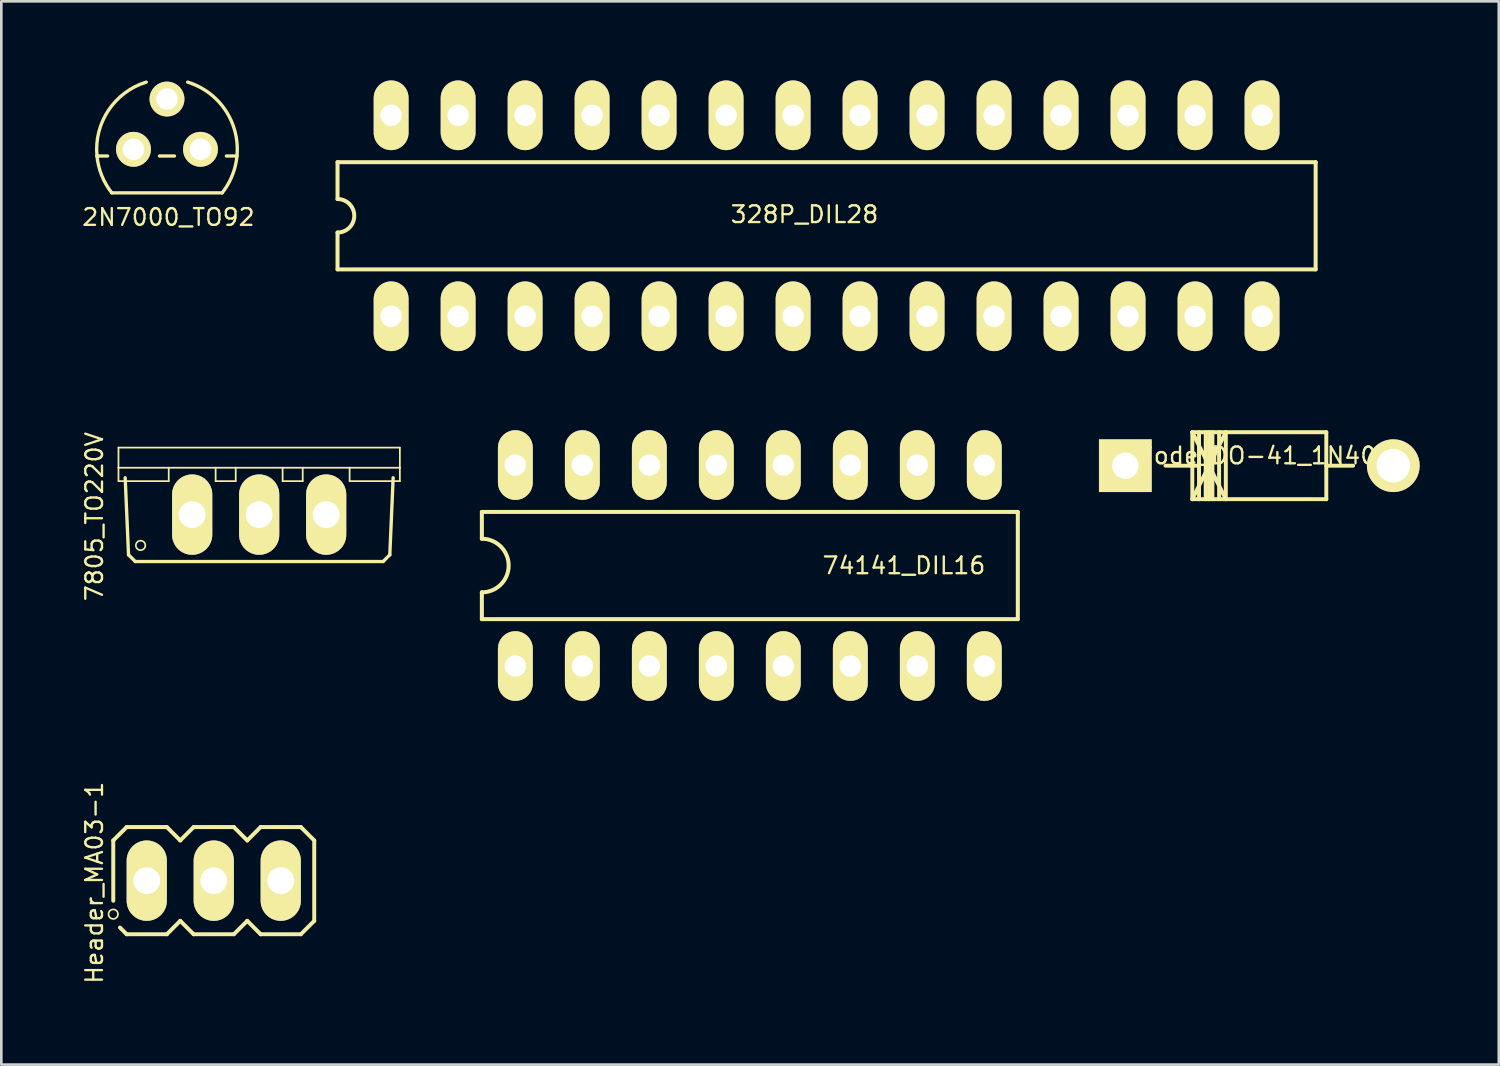
<source format=kicad_pcb>
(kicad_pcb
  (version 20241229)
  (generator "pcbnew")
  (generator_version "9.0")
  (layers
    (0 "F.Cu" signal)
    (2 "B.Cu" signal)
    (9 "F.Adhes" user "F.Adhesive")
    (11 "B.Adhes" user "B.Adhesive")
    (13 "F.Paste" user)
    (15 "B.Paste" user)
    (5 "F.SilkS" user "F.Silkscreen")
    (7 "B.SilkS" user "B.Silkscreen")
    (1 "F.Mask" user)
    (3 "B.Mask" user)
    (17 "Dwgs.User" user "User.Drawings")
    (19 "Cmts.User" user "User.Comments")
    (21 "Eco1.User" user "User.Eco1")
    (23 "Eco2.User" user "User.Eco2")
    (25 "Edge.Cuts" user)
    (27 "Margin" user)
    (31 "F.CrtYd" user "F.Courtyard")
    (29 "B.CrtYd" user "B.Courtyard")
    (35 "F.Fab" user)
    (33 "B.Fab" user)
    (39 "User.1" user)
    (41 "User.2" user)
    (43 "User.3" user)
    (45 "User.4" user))
  (footprint "7805_TO220V"
    (layer "F.Cu")
    (at 6.776 13.921)
    (property "Reference" "7805_TO220V" (at -6.248 2.616 90) (layer "F.SilkS") (effects (font (size 0.635 0.635) (thickness 0.089))))
    (attr exclude_from_pos_files exclude_from_bom)
    (fp_line (start -5.334 0) (end 5.334 0) (stroke (width 0.066) (type solid)) (layer "F.SilkS"))
    (fp_line (start -5.334 0.762) (end -5.334 0) (stroke (width 0.066) (type solid)) (layer "F.SilkS"))
    (fp_line (start -5.334 0.762) (end 5.334 0.762) (stroke (width 0.066) (type solid)) (layer "F.SilkS"))
    (fp_line (start -5.334 1.27) (end -5.334 0.762) (stroke (width 0.066) (type solid)) (layer "F.SilkS"))
    (fp_line (start -5.334 1.27) (end -3.429 1.27) (stroke (width 0.066) (type solid)) (layer "F.SilkS"))
    (fp_line (start -4.953 4.064) (end -5.08 1.143) (stroke (width 0.127) (type solid)) (layer "F.SilkS"))
    (fp_line (start -4.953 4.064) (end -4.699 4.318) (stroke (width 0.127) (type solid)) (layer "F.SilkS"))
    (fp_line (start -3.429 1.27) (end -3.429 0.762) (stroke (width 0.066) (type solid)) (layer "F.SilkS"))
    (fp_line (start -1.651 1.27) (end -1.651 0.762) (stroke (width 0.066) (type solid)) (layer "F.SilkS"))
    (fp_line (start -1.651 1.27) (end -0.889 1.27) (stroke (width 0.066) (type solid)) (layer "F.SilkS"))
    (fp_line (start -0.889 1.27) (end -0.889 0.762) (stroke (width 0.066) (type solid)) (layer "F.SilkS"))
    (fp_line (start 0.889 1.27) (end 0.889 0.762) (stroke (width 0.066) (type solid)) (layer "F.SilkS"))
    (fp_line (start 0.889 1.27) (end 1.651 1.27) (stroke (width 0.066) (type solid)) (layer "F.SilkS"))
    (fp_line (start 1.651 1.27) (end 1.651 0.762) (stroke (width 0.066) (type solid)) (layer "F.SilkS"))
    (fp_line (start 3.429 1.27) (end 3.429 0.762) (stroke (width 0.066) (type solid)) (layer "F.SilkS"))
    (fp_line (start 3.429 1.27) (end 5.334 1.27) (stroke (width 0.066) (type solid)) (layer "F.SilkS"))
    (fp_line (start 4.699 4.318) (end -4.699 4.318) (stroke (width 0.127) (type solid)) (layer "F.SilkS"))
    (fp_line (start 4.699 4.318) (end 4.953 4.064) (stroke (width 0.127) (type solid)) (layer "F.SilkS"))
    (fp_line (start 5.08 1.143) (end 4.953 4.064) (stroke (width 0.127) (type solid)) (layer "F.SilkS"))
    (fp_line (start 5.334 0.762) (end 5.334 0) (stroke (width 0.066) (type solid)) (layer "F.SilkS"))
    (fp_line (start 5.334 1.27) (end 5.334 0.762) (stroke (width 0.066) (type solid)) (layer "F.SilkS"))
    (fp_circle (center -4.496 3.708) (end -4.623 3.835) (stroke (width 0.064) (type solid)) (fill no) (layer "F.SilkS"))
    (pad "1" thru_hole oval (at -2.54 2.54 180) (size 1.524 3.048) (drill 1.016) (layers "*.Cu" "*.Mask" "F.SilkS" "F.Paste"))
    (pad "2" thru_hole oval (at 0 2.54 180) (size 1.524 3.048) (drill 1.016) (layers "*.Cu" "*.Mask" "F.SilkS" "F.Paste"))
    (pad "3" thru_hole oval (at 2.54 2.54 180) (size 1.524 3.048) (drill 1.016) (layers "*.Cu" "*.Mask" "F.SilkS" "F.Paste")))
  (footprint "328P_DIL28"
    (layer "F.Cu")
    (at 28.289 5.131)
    (property "Reference" "328P_DIL28" (at -0.838 -0.051 0) (layer "F.SilkS") (effects (font (size 0.635 0.635) (thickness 0.089))))
    (attr exclude_from_pos_files exclude_from_bom)
    (fp_line (start -18.542 -2.032) (end -18.542 -0.635) (stroke (width 0.152) (type solid)) (layer "F.SilkS"))
    (fp_line (start -18.542 -2.032) (end 18.542 -2.032) (stroke (width 0.152) (type solid)) (layer "F.SilkS"))
    (fp_line (start -18.542 0.635) (end -18.542 2.032) (stroke (width 0.152) (type solid)) (layer "F.SilkS"))
    (fp_line (start -18.542 2.032) (end 18.542 2.032) (stroke (width 0.152) (type solid)) (layer "F.SilkS"))
    (fp_line (start 18.542 -2.032) (end 18.542 2.032) (stroke (width 0.152) (type solid)) (layer "F.SilkS"))
    (fp_arc (start -18.542 -0.635) (mid -17.907 0) (end -18.542 0.635) (stroke (width 0.1524) (type solid)) (layer "F.SilkS"))
    (pad "1" thru_hole oval (at -16.51 3.81 180) (size 1.321 2.642) (drill 0.813) (layers "*.Cu" "*.Mask" "F.SilkS" "F.Paste"))
    (pad "2" thru_hole oval (at -13.97 3.81 180) (size 1.321 2.642) (drill 0.813) (layers "*.Cu" "*.Mask" "F.SilkS" "F.Paste"))
    (pad "3" thru_hole oval (at -11.43 3.81 180) (size 1.321 2.642) (drill 0.813) (layers "*.Cu" "*.Mask" "F.SilkS" "F.Paste"))
    (pad "4" thru_hole oval (at -8.89 3.81 180) (size 1.321 2.642) (drill 0.813) (layers "*.Cu" "*.Mask" "F.SilkS" "F.Paste"))
    (pad "5" thru_hole oval (at -6.35 3.81 180) (size 1.321 2.642) (drill 0.813) (layers "*.Cu" "*.Mask" "F.SilkS" "F.Paste"))
    (pad "6" thru_hole oval (at -3.81 3.81 180) (size 1.321 2.642) (drill 0.813) (layers "*.Cu" "*.Mask" "F.SilkS" "F.Paste"))
    (pad "7" thru_hole oval (at -1.27 3.81 180) (size 1.321 2.642) (drill 0.813) (layers "*.Cu" "*.Mask" "F.SilkS" "F.Paste"))
    (pad "8" thru_hole oval (at 1.27 3.81 180) (size 1.321 2.642) (drill 0.813) (layers "*.Cu" "*.Mask" "F.SilkS" "F.Paste"))
    (pad "9" thru_hole oval (at 3.81 3.81 180) (size 1.321 2.642) (drill 0.813) (layers "*.Cu" "*.Mask" "F.SilkS" "F.Paste"))
    (pad "10" thru_hole oval (at 6.35 3.81 180) (size 1.321 2.642) (drill 0.813) (layers "*.Cu" "*.Mask" "F.SilkS" "F.Paste"))
    (pad "11" thru_hole oval (at 8.89 3.81 180) (size 1.321 2.642) (drill 0.813) (layers "*.Cu" "*.Mask" "F.SilkS" "F.Paste"))
    (pad "12" thru_hole oval (at 11.43 3.81 180) (size 1.321 2.642) (drill 0.813) (layers "*.Cu" "*.Mask" "F.SilkS" "F.Paste"))
    (pad "13" thru_hole oval (at 13.97 3.81 180) (size 1.321 2.642) (drill 0.813) (layers "*.Cu" "*.Mask" "F.SilkS" "F.Paste"))
    (pad "14" thru_hole oval (at 16.51 3.81 180) (size 1.321 2.642) (drill 0.813) (layers "*.Cu" "*.Mask" "F.SilkS" "F.Paste"))
    (pad "15" thru_hole oval (at 16.51 -3.81 180) (size 1.321 2.642) (drill 0.813) (layers "*.Cu" "*.Mask" "F.SilkS" "F.Paste"))
    (pad "16" thru_hole oval (at 13.97 -3.81 180) (size 1.321 2.642) (drill 0.813) (layers "*.Cu" "*.Mask" "F.SilkS" "F.Paste"))
    (pad "17" thru_hole oval (at 11.43 -3.81 180) (size 1.321 2.642) (drill 0.813) (layers "*.Cu" "*.Mask" "F.SilkS" "F.Paste"))
    (pad "18" thru_hole oval (at 8.89 -3.81 180) (size 1.321 2.642) (drill 0.813) (layers "*.Cu" "*.Mask" "F.SilkS" "F.Paste"))
    (pad "19" thru_hole oval (at 6.35 -3.81 180) (size 1.321 2.642) (drill 0.813) (layers "*.Cu" "*.Mask" "F.SilkS" "F.Paste"))
    (pad "20" thru_hole oval (at 3.81 -3.81 180) (size 1.321 2.642) (drill 0.813) (layers "*.Cu" "*.Mask" "F.SilkS" "F.Paste"))
    (pad "21" thru_hole oval (at 1.27 -3.81 180) (size 1.321 2.642) (drill 0.813) (layers "*.Cu" "*.Mask" "F.SilkS" "F.Paste"))
    (pad "22" thru_hole oval (at -1.27 -3.81 180) (size 1.321 2.642) (drill 0.813) (layers "*.Cu" "*.Mask" "F.SilkS" "F.Paste"))
    (pad "23" thru_hole oval (at -3.81 -3.81 180) (size 1.321 2.642) (drill 0.813) (layers "*.Cu" "*.Mask" "F.SilkS" "F.Paste"))
    (pad "24" thru_hole oval (at -6.35 -3.81 180) (size 1.321 2.642) (drill 0.813) (layers "*.Cu" "*.Mask" "F.SilkS" "F.Paste"))
    (pad "25" thru_hole oval (at -8.89 -3.81 180) (size 1.321 2.642) (drill 0.813) (layers "*.Cu" "*.Mask" "F.SilkS" "F.Paste"))
    (pad "26" thru_hole oval (at -11.43 -3.81 180) (size 1.321 2.642) (drill 0.813) (layers "*.Cu" "*.Mask" "F.SilkS" "F.Paste"))
    (pad "27" thru_hole oval (at -13.97 -3.81 180) (size 1.321 2.642) (drill 0.813) (layers "*.Cu" "*.Mask" "F.SilkS" "F.Paste"))
    (pad "28" thru_hole oval (at -16.51 -3.81 180) (size 1.321 2.642) (drill 0.813) (layers "*.Cu" "*.Mask" "F.SilkS" "F.Paste")))
  (footprint "Diode_DO-41_1N4001"
    (layer "F.Cu")
    (at 39.615 14.609)
    (property "Reference" "Diode_DO-41_1N4001" (at 5.431 -0.384 0) (layer "F.SilkS") (effects (font (size 0.635 0.635) (thickness 0.089))))
    (attr through_hole)
    (fp_line (start 2.54 -1.273) (end 3.81 1.267) (stroke (width 0.15) (type solid)) (layer "F.SilkS"))
    (fp_line (start 2.54 -1.273) (end 7.62 -1.273) (stroke (width 0.15) (type solid)) (layer "F.SilkS"))
    (fp_line (start 2.54 1.267) (end 2.54 -1.273) (stroke (width 0.15) (type solid)) (layer "F.SilkS"))
    (fp_line (start 2.794 -1.273) (end 2.794 1.267) (stroke (width 0.15) (type solid)) (layer "F.SilkS"))
    (fp_line (start 2.794 -0.003) (end 1.524 -0.003) (stroke (width 0.15) (type solid)) (layer "F.SilkS"))
    (fp_line (start 3.048 -1.273) (end 3.048 1.267) (stroke (width 0.15) (type solid)) (layer "F.SilkS"))
    (fp_line (start 3.175 -1.273) (end 3.175 1.267) (stroke (width 0.15) (type solid)) (layer "F.SilkS"))
    (fp_line (start 3.302 -1.273) (end 3.302 1.267) (stroke (width 0.15) (type solid)) (layer "F.SilkS"))
    (fp_line (start 3.556 -1.273) (end 3.556 1.267) (stroke (width 0.15) (type solid)) (layer "F.SilkS"))
    (fp_line (start 3.81 -1.273) (end 2.54 1.267) (stroke (width 0.15) (type solid)) (layer "F.SilkS"))
    (fp_line (start 3.81 -1.273) (end 3.81 1.267) (stroke (width 0.15) (type solid)) (layer "F.SilkS"))
    (fp_line (start 7.62 -1.273) (end 7.62 1.267) (stroke (width 0.15) (type solid)) (layer "F.SilkS"))
    (fp_line (start 7.62 -0.003) (end 8.636 -0.003) (stroke (width 0.15) (type solid)) (layer "F.SilkS"))
    (fp_line (start 7.62 1.267) (end 2.54 1.267) (stroke (width 0.15) (type solid)) (layer "F.SilkS"))
    (pad "1" thru_hole rect (at 0 -0.003 180) (size 1.999 1.999) (drill 1.001) (layers "*.Cu" "*.Mask" "F.SilkS"))
    (pad "2" thru_hole circle (at 10.16 -0.003 180) (size 1.999 1.999) (drill 1.27) (layers "*.Cu" "*.Mask" "F.SilkS")))
  (footprint "2N7000_TO92"
    (layer "F.Cu")
    (at 3.281 2.611)
    (property "Reference" "2N7000_TO92" (at 0.054 2.575 0) (layer "F.SilkS") (effects (font (size 0.635 0.635) (thickness 0.089))))
    (attr exclude_from_pos_files exclude_from_bom)
    (fp_line (start -2.654 0.254) (end -2.253 0.254) (stroke (width 0.127) (type solid)) (layer "F.SilkS"))
    (fp_line (start -2.093 1.651) (end 2.093 1.651) (stroke (width 0.127) (type solid)) (layer "F.SilkS"))
    (fp_line (start -0.284 0.254) (end 0.284 0.254) (stroke (width 0.127) (type solid)) (layer "F.SilkS"))
    (fp_line (start 2.253 0.254) (end 2.654 0.254) (stroke (width 0.127) (type solid)) (layer "F.SilkS"))
    (fp_arc (start -2.6543 0.254) (mid -2.218762 -1.478824) (end -0.786981 -2.547643) (stroke (width 0.127) (type solid)) (layer "F.SilkS"))
    (fp_arc (start -2.09296 1.651) (mid -2.473084 0.995057) (end -2.653185 0.258633) (stroke (width 0.127) (type solid)) (layer "F.SilkS"))
    (fp_arc (start 0.78486 -2.54762) (mid 2.544804 -0.793944) (end 2.094264 1.649373) (stroke (width 0.127) (type solid)) (layer "F.SilkS"))
    (pad "1" thru_hole circle (at 1.27 0) (size 1.321 1.321) (drill 0.813) (layers "*.Cu" "*.Mask" "F.SilkS" "F.Paste"))
    (pad "2" thru_hole circle (at 0 -1.905) (size 1.321 1.321) (drill 0.813) (layers "*.Cu" "*.Mask" "F.SilkS" "F.Paste"))
    (pad "3" thru_hole circle (at -1.27 0) (size 1.321 1.321) (drill 0.813) (layers "*.Cu" "*.Mask" "F.SilkS" "F.Paste")))
  (footprint "Header_MA03-1"
    (layer "F.Cu")
    (at 6.324 30.339)
    (property "Reference" "Header_MA03-1" (at -5.797 0.079 270) (layer "F.SilkS") (effects (font (size 0.635 0.635) (thickness 0.089))))
    (attr exclude_from_pos_files exclude_from_bom)
    (fp_line (start -5.08 -1.524) (end -5.08 0.762) (stroke (width 0.15) (type solid)) (layer "F.SilkS"))
    (fp_line (start -4.572 -2.032) (end -5.08 -1.524) (stroke (width 0.15) (type solid)) (layer "F.SilkS"))
    (fp_line (start -4.572 2.032) (end -4.826 1.778) (stroke (width 0.15) (type solid)) (layer "F.SilkS"))
    (fp_line (start -4.064 -0.254) (end -3.556 -0.254) (stroke (width 0.066) (type solid)) (layer "F.SilkS"))
    (fp_line (start -4.064 0.254) (end -4.064 -0.254) (stroke (width 0.066) (type solid)) (layer "F.SilkS"))
    (fp_line (start -4.064 0.254) (end -3.556 0.254) (stroke (width 0.066) (type solid)) (layer "F.SilkS"))
    (fp_line (start -3.556 0.254) (end -3.556 -0.254) (stroke (width 0.066) (type solid)) (layer "F.SilkS"))
    (fp_line (start -3.048 -2.032) (end -4.572 -2.032) (stroke (width 0.15) (type solid)) (layer "F.SilkS"))
    (fp_line (start -3.048 2.032) (end -4.572 2.032) (stroke (width 0.15) (type solid)) (layer "F.SilkS"))
    (fp_line (start -2.54 -1.524) (end -3.048 -2.032) (stroke (width 0.15) (type solid)) (layer "F.SilkS"))
    (fp_line (start -2.54 1.524) (end -3.048 2.032) (stroke (width 0.15) (type solid)) (layer "F.SilkS"))
    (fp_line (start -2.54 1.524) (end -2.032 2.032) (stroke (width 0.15) (type solid)) (layer "F.SilkS"))
    (fp_line (start -2.032 -2.032) (end -2.54 -1.524) (stroke (width 0.15) (type solid)) (layer "F.SilkS"))
    (fp_line (start -2.032 2.032) (end -0.508 2.032) (stroke (width 0.15) (type solid)) (layer "F.SilkS"))
    (fp_line (start -1.524 -0.254) (end -1.016 -0.254) (stroke (width 0.066) (type solid)) (layer "F.SilkS"))
    (fp_line (start -1.524 0.254) (end -1.524 -0.254) (stroke (width 0.066) (type solid)) (layer "F.SilkS"))
    (fp_line (start -1.524 0.254) (end -1.016 0.254) (stroke (width 0.066) (type solid)) (layer "F.SilkS"))
    (fp_line (start -1.016 0.254) (end -1.016 -0.254) (stroke (width 0.066) (type solid)) (layer "F.SilkS"))
    (fp_line (start -0.508 -2.032) (end -2.032 -2.032) (stroke (width 0.15) (type solid)) (layer "F.SilkS"))
    (fp_line (start -0.508 2.032) (end 0 1.524) (stroke (width 0.15) (type solid)) (layer "F.SilkS"))
    (fp_line (start 0 -1.524) (end -0.508 -2.032) (stroke (width 0.15) (type solid)) (layer "F.SilkS"))
    (fp_line (start 0 1.524) (end 0.508 2.032) (stroke (width 0.15) (type solid)) (layer "F.SilkS"))
    (fp_line (start 0.508 -2.032) (end 0 -1.524) (stroke (width 0.15) (type solid)) (layer "F.SilkS"))
    (fp_line (start 0.508 2.032) (end 2.032 2.032) (stroke (width 0.15) (type solid)) (layer "F.SilkS"))
    (fp_line (start 1.016 -0.254) (end 1.524 -0.254) (stroke (width 0.066) (type solid)) (layer "F.SilkS"))
    (fp_line (start 1.016 0.254) (end 1.016 -0.254) (stroke (width 0.066) (type solid)) (layer "F.SilkS"))
    (fp_line (start 1.016 0.254) (end 1.524 0.254) (stroke (width 0.066) (type solid)) (layer "F.SilkS"))
    (fp_line (start 1.524 0.254) (end 1.524 -0.254) (stroke (width 0.066) (type solid)) (layer "F.SilkS"))
    (fp_line (start 2.032 -2.032) (end 0.508 -2.032) (stroke (width 0.15) (type solid)) (layer "F.SilkS"))
    (fp_line (start 2.032 2.032) (end 2.54 1.524) (stroke (width 0.15) (type solid)) (layer "F.SilkS"))
    (fp_line (start 2.54 -1.524) (end 2.032 -2.032) (stroke (width 0.15) (type solid)) (layer "F.SilkS"))
    (fp_line (start 2.54 1.524) (end 2.54 -1.524) (stroke (width 0.15) (type solid)) (layer "F.SilkS"))
    (fp_circle (center -5.08 1.27) (end -5.207 1.397) (stroke (width 0.064) (type solid)) (fill no) (layer "F.SilkS"))
    (pad "1" thru_hole oval (at -3.81 0 180) (size 1.524 3.048) (drill 1.016) (layers "*.Cu" "*.Mask" "F.SilkS" "F.Paste"))
    (pad "2" thru_hole oval (at -1.27 0 180) (size 1.524 3.048) (drill 1.016) (layers "*.Cu" "*.Mask" "F.SilkS" "F.Paste"))
    (pad "3" thru_hole oval (at 1.27 0 180) (size 1.524 3.048) (drill 1.016) (layers "*.Cu" "*.Mask" "F.SilkS" "F.Paste")))
  (footprint "74141_DIL16"
    (layer "F.Cu")
    (at 25.379 18.392)
    (property "Reference" "74141_DIL16" (at 5.842 0 0) (layer "F.SilkS") (effects (font (size 0.635 0.635) (thickness 0.089))))
    (attr exclude_from_pos_files exclude_from_bom)
    (fp_line (start -10.16 -2.032) (end -10.16 -1.016) (stroke (width 0.152) (type solid)) (layer "F.SilkS"))
    (fp_line (start -10.16 2.032) (end -10.16 1.016) (stroke (width 0.152) (type solid)) (layer "F.SilkS"))
    (fp_line (start -10.16 2.032) (end 10.16 2.032) (stroke (width 0.152) (type solid)) (layer "F.SilkS"))
    (fp_line (start 10.16 -2.032) (end -10.16 -2.032) (stroke (width 0.152) (type solid)) (layer "F.SilkS"))
    (fp_line (start 10.16 -2.032) (end 10.16 2.032) (stroke (width 0.152) (type solid)) (layer "F.SilkS"))
    (fp_arc (start -10.16 -1.016) (mid -9.144 0) (end -10.16 1.016) (stroke (width 0.1524) (type solid)) (layer "F.SilkS"))
    (pad "1" thru_hole oval (at -8.89 3.81 180) (size 1.321 2.642) (drill 0.813) (layers "*.Cu" "*.Mask" "F.SilkS" "F.Paste"))
    (pad "2" thru_hole oval (at -6.35 3.81 180) (size 1.321 2.642) (drill 0.813) (layers "*.Cu" "*.Mask" "F.SilkS" "F.Paste"))
    (pad "3" thru_hole oval (at -3.81 3.81 180) (size 1.321 2.642) (drill 0.813) (layers "*.Cu" "*.Mask" "F.SilkS" "F.Paste"))
    (pad "4" thru_hole oval (at -1.27 3.81 180) (size 1.321 2.642) (drill 0.813) (layers "*.Cu" "*.Mask" "F.SilkS" "F.Paste"))
    (pad "5" thru_hole oval (at 1.27 3.81 180) (size 1.321 2.642) (drill 0.813) (layers "*.Cu" "*.Mask" "F.SilkS" "F.Paste"))
    (pad "6" thru_hole oval (at 3.81 3.81 180) (size 1.321 2.642) (drill 0.813) (layers "*.Cu" "*.Mask" "F.SilkS" "F.Paste"))
    (pad "7" thru_hole oval (at 6.35 3.81 180) (size 1.321 2.642) (drill 0.813) (layers "*.Cu" "*.Mask" "F.SilkS" "F.Paste"))
    (pad "8" thru_hole oval (at 8.89 3.81 180) (size 1.321 2.642) (drill 0.813) (layers "*.Cu" "*.Mask" "F.SilkS" "F.Paste"))
    (pad "9" thru_hole oval (at 8.89 -3.81 180) (size 1.321 2.642) (drill 0.813) (layers "*.Cu" "*.Mask" "F.SilkS" "F.Paste"))
    (pad "10" thru_hole oval (at 6.35 -3.81 180) (size 1.321 2.642) (drill 0.813) (layers "*.Cu" "*.Mask" "F.SilkS" "F.Paste"))
    (pad "11" thru_hole oval (at 3.81 -3.81 180) (size 1.321 2.642) (drill 0.813) (layers "*.Cu" "*.Mask" "F.SilkS" "F.Paste"))
    (pad "12" thru_hole oval (at 1.27 -3.81 180) (size 1.321 2.642) (drill 0.813) (layers "*.Cu" "*.Mask" "F.SilkS" "F.Paste"))
    (pad "13" thru_hole oval (at -1.27 -3.81 180) (size 1.321 2.642) (drill 0.813) (layers "*.Cu" "*.Mask" "F.SilkS" "F.Paste"))
    (pad "14" thru_hole oval (at -3.81 -3.81 180) (size 1.321 2.642) (drill 0.813) (layers "*.Cu" "*.Mask" "F.SilkS" "F.Paste"))
    (pad "15" thru_hole oval (at -6.35 -3.81 180) (size 1.321 2.642) (drill 0.813) (layers "*.Cu" "*.Mask" "F.SilkS" "F.Paste"))
    (pad "16" thru_hole oval (at -8.89 -3.81 180) (size 1.321 2.642) (drill 0.813) (layers "*.Cu" "*.Mask" "F.SilkS" "F.Paste")))
  (gr_rect
    (start -3 -3)
    (end 53.774 37.313)
    (stroke (width 0.1) (type default))
    (fill no)
    (layer "Edge.Cuts")))
</source>
